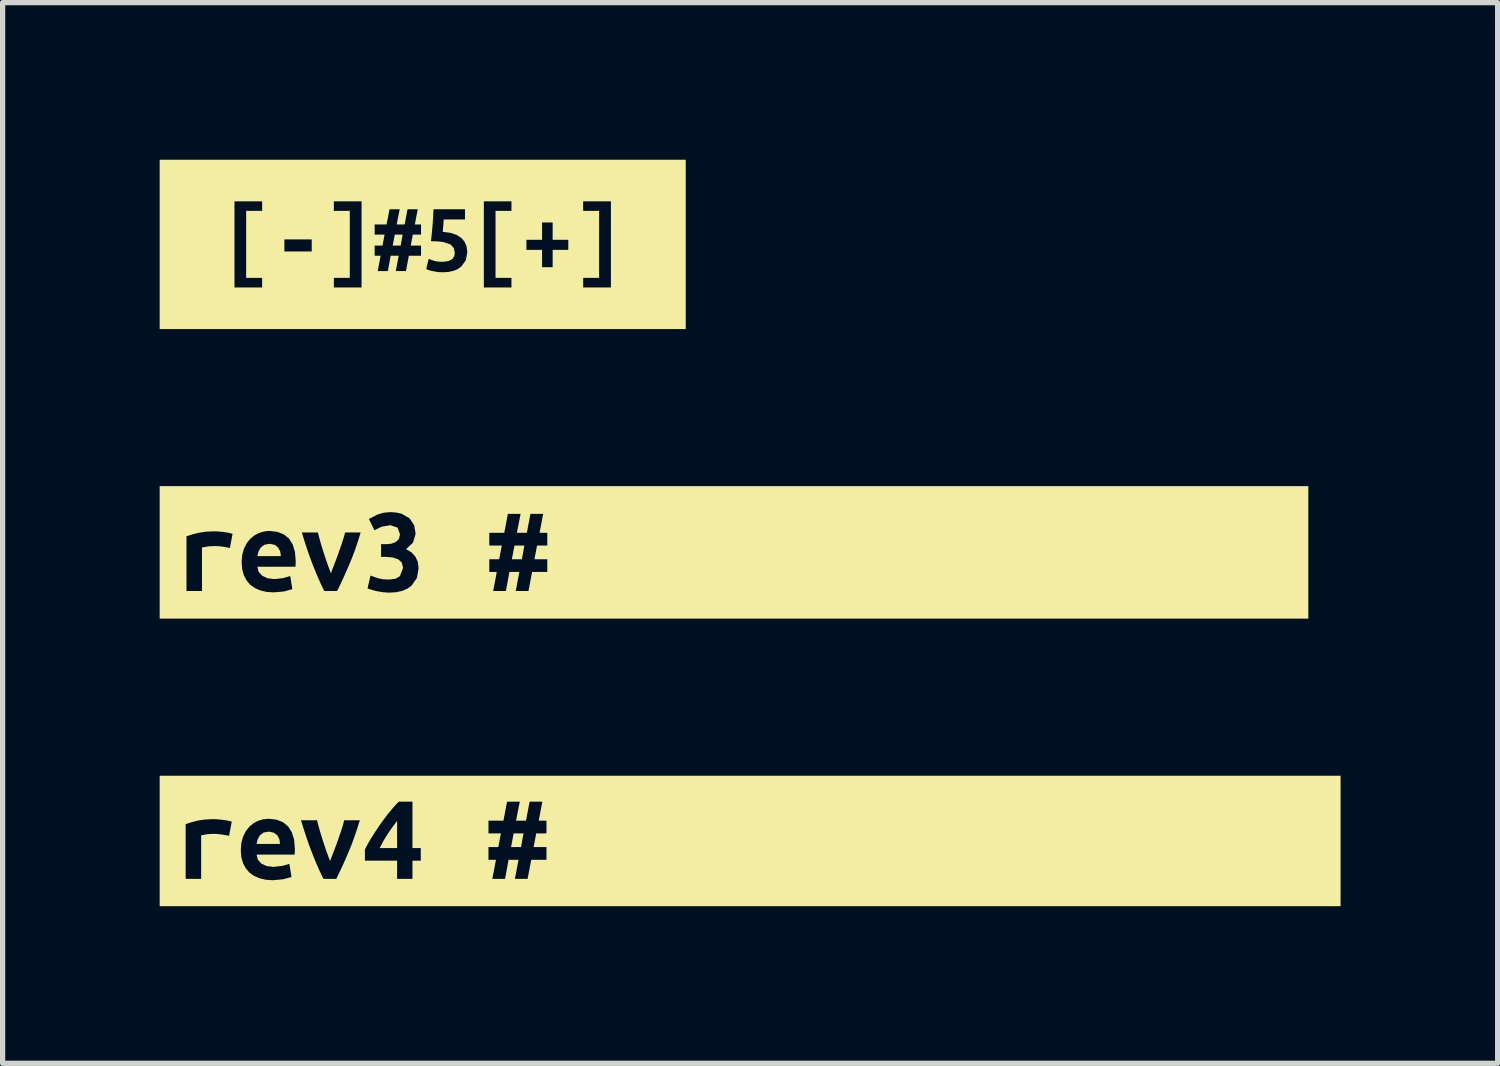
<source format=kicad_pcb>
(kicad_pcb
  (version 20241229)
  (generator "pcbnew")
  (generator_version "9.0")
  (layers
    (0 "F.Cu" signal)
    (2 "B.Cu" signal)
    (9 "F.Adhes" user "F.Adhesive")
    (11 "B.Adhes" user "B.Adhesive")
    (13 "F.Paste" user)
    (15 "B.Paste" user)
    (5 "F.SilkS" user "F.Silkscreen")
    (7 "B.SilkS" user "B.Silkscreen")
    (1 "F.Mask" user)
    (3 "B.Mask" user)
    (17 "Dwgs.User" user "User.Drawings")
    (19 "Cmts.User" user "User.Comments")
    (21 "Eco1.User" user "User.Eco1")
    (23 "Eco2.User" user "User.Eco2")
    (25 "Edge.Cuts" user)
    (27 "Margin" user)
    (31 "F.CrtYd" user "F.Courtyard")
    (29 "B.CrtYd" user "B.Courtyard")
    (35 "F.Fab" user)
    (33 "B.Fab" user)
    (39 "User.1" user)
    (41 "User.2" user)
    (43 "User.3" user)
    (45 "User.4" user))
  (footprint "label_out5"
    (layer "F.Cu")
    (at 5.024 1.618)
    (property "Reference" "label_out5" (at 0 -1.617 0) (layer "F.SilkS") (effects (font (size 0.001 0.001) (thickness 0.000003))))
    (attr exclude_from_pos_files exclude_from_bom)
    (fp_poly (pts (xy -0.573 0.023) (xy -0.421 0.023) (xy -0.383 -0.187) (xy -0.533 -0.187) (xy -0.573 0.023)) (stroke (width 0) (type solid)) (fill yes) (layer "F.SilkS"))
    (fp_poly (pts (xy -4.511 -1.617) (xy -3.595 -0.823) (xy -3.067 -0.823) (xy -3.067 -0.64) (xy -3.372 -0.64) (xy -2.642 -0.095) (xy -2.12 -0.095) (xy -2.12 0.135) (xy -2.642 0.135) (xy -2.642 -0.095) (xy -3.372 -0.64) (xy -3.372 0.64) (xy -3.067 0.64) (xy -3.067 0.823) (xy -3.595 0.823) (xy -3.595 -0.823) (xy -4.511 -1.617) (xy -5.024 -1.617) (xy -5.024 1.617) (xy -1.168 0.823) (xy -1.697 0.823) (xy -1.697 0.64) (xy -1.393 0.64) (xy -1.393 -0.64) (xy -1.697 -0.64) (xy -1.697 -0.823) (xy -1.168 -0.823) (xy -1.168 0.823) (xy -5.024 1.617) (xy -4.511 1.617) (xy 3.595 0.823) (xy 3.065 0.823) (xy 3.065 0.64) (xy 3.37 0.64) (xy 3.37 -0.64) (xy 3.065 -0.64) (xy 3.065 -0.823) (xy 3.595 -0.823) (xy 3.595 0.823) (xy -4.511 1.617) (xy 4.511 1.617) (xy 5.024 1.617) (xy 5.024 -1.617) (xy -0.44 -0.671) (xy -0.497 -0.381) (xy -0.345 -0.381) (xy -0.29 -0.671) (xy -0.095 -0.671) (xy 1.168 -0.823) (xy 1.695 -0.823) (xy 1.695 -0.64) (xy 1.391 -0.64) (xy 1.981 -0.088) (xy 2.28 -0.088) (xy 2.28 -0.419) (xy 2.482 -0.419) (xy 2.482 -0.088) (xy 2.781 -0.088) (xy 2.781 0.105) (xy 2.482 0.105) (xy 2.482 0.436) (xy 2.28 0.436) (xy 2.28 0.105) (xy 1.981 0.105) (xy 1.981 -0.088) (xy 1.391 -0.64) (xy 1.391 0.64) (xy 1.695 0.64) (xy 1.695 0.823) (xy 1.168 0.823) (xy 1.168 -0.823) (xy -0.095 -0.671) (xy -0.15 -0.381) (xy -0.032 -0.381) (xy -0.032 -0.187) (xy -0.189 -0.187) (xy 0.612 0.162) (xy 0.595 0.071) (xy 0.531 0.001) (xy 0.392 -0.045) (xy 0.289 -0.057) (xy 0.158 -0.061) (xy 0.175 -0.219) (xy 0.189 -0.374) (xy 0.199 -0.525) (xy 0.206 -0.671) (xy 0.808 -0.671) (xy 0.808 -0.476) (xy 0.402 -0.476) (xy 0.392 -0.349) (xy 0.383 -0.24) (xy 0.527 -0.221) (xy 0.645 -0.182) (xy 0.735 -0.126) (xy 0.8 -0.051) (xy 0.839 0.042) (xy 0.852 0.152) (xy 0.823 0.304) (xy 0.735 0.425) (xy 0.669 0.471) (xy 0.589 0.505) (xy 0.494 0.526) (xy 0.385 0.533) (xy 0.291 0.528) (xy 0.2 0.513) (xy 0.121 0.493) (xy 0.067 0.472) (xy 0.114 0.278) (xy 0.221 0.316) (xy 0.294 0.329) (xy 0.383 0.333) (xy 0.496 0.318) (xy 0.567 0.279) (xy 0.602 0.225) (xy 0.612 0.162) (xy -0.189 -0.187) (xy -0.229 0.023) (xy -0.032 0.023) (xy -0.032 0.217) (xy -0.265 0.217) (xy -0.32 0.509) (xy -0.514 0.509) (xy -0.459 0.217) (xy -0.612 0.217) (xy -0.665 0.509) (xy -0.859 0.509) (xy -0.804 0.217) (xy -0.918 0.217) (xy -0.918 0.023) (xy -0.768 0.023) (xy -0.728 -0.187) (xy -0.918 -0.187) (xy -0.918 -0.381) (xy -0.69 -0.381) (xy -0.634 -0.671) (xy -0.44 -0.671) (xy 5.024 -1.617) (xy 4.511 -1.617) (xy -4.511 -1.617)) (stroke (width 0) (type solid)) (fill yes) (layer "F.SilkS")))
  (footprint "label_rev3"
    (layer "F.Cu")
    (at 10.97 7.501)
    (property "Reference" "label_rev3" (at 0 -1.266 0) (layer "F.SilkS") (effects (font (size 0.001 0.001) (thickness 0.000003))))
    (attr exclude_from_pos_files exclude_from_bom)
    (fp_poly (pts (xy -4.243 0.131) (xy -4.052 0.131) (xy -4.004 -0.131) (xy -4.193 -0.131) (xy -4.243 0.131)) (stroke (width 0) (type solid)) (fill yes) (layer "F.SilkS"))
    (fp_poly (pts (xy -8.655 0.071) (xy -8.667 -0.015) (xy -8.705 -0.09) (xy -8.772 -0.144) (xy -8.872 -0.164) (xy -8.971 -0.145) (xy -9.04 -0.093) (xy -9.082 -0.017) (xy -9.103 0.071) (xy -8.655 0.071)) (stroke (width 0) (type solid)) (fill yes) (layer "F.SilkS"))
    (fp_poly (pts (xy -10.458 -1.265) (xy -9.864 -0.4) (xy -9.769 -0.392) (xy -9.668 -0.377) (xy -9.577 -0.355) (xy -9.629 -0.083) (xy -9.697 -0.098) (xy -9.405 0.188) (xy -9.394 0.049) (xy -9.36 -0.071) (xy -9.308 -0.174) (xy -9.241 -0.258) (xy -9.162 -0.324) (xy -9.072 -0.371) (xy -8.975 -0.4) (xy -8.877 -0.41) (xy -8.725 -0.393) (xy -8.599 -0.344) (xy -8.5 -0.263) (xy -8.429 -0.151) (xy -8.386 -0.008) (xy -8.372 0.164) (xy -8.373 0.224) (xy -8.376 0.274) (xy -9.103 0.274) (xy -9.08 0.372) (xy -9.012 0.446) (xy -8.909 0.494) (xy -8.779 0.51) (xy -8.611 0.491) (xy -8.476 0.452) (xy -8.436 0.702) (xy -8.598 0.747) (xy -8.791 0.764) (xy -8.926 0.755) (xy -9.047 0.727) (xy -9.152 0.682) (xy -9.24 0.618) (xy -9.31 0.537) (xy -9.362 0.438) (xy -9.394 0.322) (xy -9.405 0.188) (xy -9.697 -0.098) (xy -9.777 -0.111) (xy -9.855 -0.119) (xy -9.919 -0.121) (xy -10.041 -0.115) (xy -10.162 -0.093) (xy -10.162 0.738) (xy -10.458 0.738) (xy -10.458 -0.307) (xy -10.339 -0.346) (xy -10.218 -0.376) (xy -10.085 -0.396) (xy -9.931 -0.402) (xy -9.864 -0.4) (xy -10.458 -1.265) (xy -10.97 -1.265) (xy -10.97 1.265) (xy -7.826 0.738) (xy -7.898 0.589) (xy -7.971 0.423) (xy -8.044 0.242) (xy -8.099 0.096) (xy -8.152 -0.056) (xy -8.204 -0.215) (xy -8.255 -0.381) (xy -7.948 -0.381) (xy -7.924 -0.288) (xy -7.897 -0.188) (xy -7.866 -0.085) (xy -7.834 0.018) (xy -7.8 0.12) (xy -7.766 0.219) (xy -7.7 0.398) (xy -7.631 0.219) (xy -7.593 0.12) (xy -7.556 0.018) (xy -7.52 -0.085) (xy -7.485 -0.188) (xy -7.453 -0.288) (xy -7.429 -0.381) (xy -7.131 -0.381) (xy -7.182 -0.215) (xy -7.236 -0.056) (xy -7.293 0.096) (xy -7.353 0.242) (xy -7.432 0.423) (xy -7.508 0.589) (xy -7.581 0.738) (xy -7.826 0.738) (xy -10.97 1.265) (xy -10.458 1.265) (xy -6.591 0.769) (xy -6.706 0.761) (xy -6.823 0.741) (xy -6.926 0.714) (xy -7 0.688) (xy -6.943 0.443) (xy -6.801 0.493) (xy -6.706 0.513) (xy -6.593 0.519) (xy -6.465 0.503) (xy -6.382 0.455) (xy -6.321 0.295) (xy -6.345 0.196) (xy -6.414 0.132) (xy -6.52 0.097) (xy -6.65 0.086) (xy -6.741 0.086) (xy -6.741 -0.157) (xy -6.631 -0.157) (xy -6.54 -0.167) (xy -6.46 -0.198) (xy -6.401 -0.255) (xy -6.379 -0.345) (xy -6.427 -0.473) (xy -6.562 -0.519) (xy -6.727 -0.492) (xy -6.869 -0.424) (xy -6.974 -0.638) (xy -6.804 -0.725) (xy -6.691 -0.758) (xy -6.564 -0.769) (xy -6.449 -0.761) (xy -6.349 -0.738) (xy -6.198 -0.651) (xy -6.109 -0.519) (xy -6.081 -0.355) (xy -6.131 -0.186) (xy -6.264 -0.062) (xy -6.163 -0.003) (xy -6.087 0.079) (xy -6.04 0.18) (xy -6.024 0.3) (xy -6.057 0.488) (xy -6.16 0.637) (xy -6.238 0.693) (xy -6.336 0.735) (xy -6.453 0.761) (xy -6.591 0.769) (xy -10.458 1.265) (xy 10.458 1.265) (xy -3.566 -0.374) (xy -3.566 -0.131) (xy -3.762 -0.131) (xy -3.812 0.131) (xy -3.566 0.131) (xy -3.566 0.374) (xy -3.857 0.374) (xy -3.926 0.738) (xy -4.169 0.738) (xy -4.1 0.374) (xy -4.29 0.374) (xy -4.357 0.738) (xy -4.6 0.738) (xy -4.531 0.374) (xy -4.674 0.374) (xy -4.674 0.131) (xy -4.485 0.131) (xy -4.435 -0.131) (xy -4.674 -0.131) (xy -4.674 -0.374) (xy -4.388 -0.374) (xy -4.319 -0.736) (xy -4.076 -0.736) (xy -4.147 -0.374) (xy -3.957 -0.374) (xy -3.888 -0.736) (xy -3.645 -0.736) (xy -3.714 -0.374) (xy -3.566 -0.374) (xy 10.458 1.265) (xy 10.97 1.265) (xy 10.97 -1.265) (xy 10.458 -1.265) (xy -10.458 -1.265)) (stroke (width 0) (type solid)) (fill yes) (layer "F.SilkS")))
  (footprint "label_rev4"
    (layer "F.Cu")
    (at 11.278 13.013)
    (property "Reference" "label_rev4" (at 0 -1.247 0) (layer "F.SilkS") (effects (font (size 0.001 0.001) (thickness 0.000003))))
    (attr exclude_from_pos_files exclude_from_bom)
    (fp_poly (pts (xy -4.567 0.117) (xy -4.376 0.117) (xy -4.329 -0.145) (xy -4.517 -0.145) (xy -4.567 0.117)) (stroke (width 0) (type solid)) (fill yes) (layer "F.SilkS"))
    (fp_poly (pts (xy -6.743 -0.383) (xy -6.831 -0.267) (xy -6.921 -0.137) (xy -7.005 0) (xy -7.077 0.136) (xy -6.743 0.136) (xy -6.743 -0.383)) (stroke (width 0) (type solid)) (fill yes) (layer "F.SilkS"))
    (fp_poly (pts (xy -8.979 0.057) (xy -8.991 -0.03) (xy -9.029 -0.105) (xy -9.096 -0.158) (xy -9.196 -0.179) (xy -9.295 -0.16) (xy -9.364 -0.107) (xy -9.407 -0.031) (xy -9.427 0.057) (xy -8.979 0.057)) (stroke (width 0) (type solid)) (fill yes) (layer "F.SilkS"))
    (fp_poly (pts (xy -10.782 -1.246) (xy -10.188 -0.414) (xy -10.094 -0.406) (xy -9.992 -0.392) (xy -9.901 -0.369) (xy -9.953 -0.098) (xy -10.021 -0.112) (xy -9.729 0.174) (xy -9.718 0.035) (xy -9.684 -0.086) (xy -9.632 -0.188) (xy -9.565 -0.273) (xy -9.486 -0.338) (xy -9.396 -0.386) (xy -9.299 -0.414) (xy -9.201 -0.424) (xy -9.049 -0.408) (xy -8.923 -0.359) (xy -8.824 -0.277) (xy -8.753 -0.165) (xy -8.71 -0.022) (xy -8.696 0.15) (xy -8.697 0.21) (xy -8.701 0.26) (xy -9.427 0.26) (xy -9.404 0.357) (xy -9.336 0.432) (xy -9.233 0.48) (xy -9.103 0.495) (xy -8.935 0.476) (xy -8.801 0.438) (xy -8.76 0.688) (xy -8.922 0.732) (xy -9.115 0.75) (xy -9.25 0.741) (xy -9.371 0.713) (xy -9.476 0.667) (xy -9.564 0.604) (xy -9.634 0.522) (xy -9.686 0.424) (xy -9.719 0.308) (xy -9.729 0.174) (xy -10.021 -0.112) (xy -10.101 -0.125) (xy -10.179 -0.133) (xy -10.244 -0.136) (xy -10.365 -0.13) (xy -10.486 -0.107) (xy -10.486 0.724) (xy -10.782 0.724) (xy -10.782 -0.321) (xy -10.664 -0.36) (xy -10.542 -0.391) (xy -10.409 -0.41) (xy -10.256 -0.417) (xy -10.188 -0.414) (xy -10.782 -1.246) (xy -11.278 -1.246) (xy -11.278 1.246) (xy -8.15 0.724) (xy -8.222 0.575) (xy -8.295 0.409) (xy -8.368 0.227) (xy -8.423 0.082) (xy -8.476 -0.071) (xy -8.528 -0.23) (xy -8.579 -0.395) (xy -8.272 -0.395) (xy -8.248 -0.302) (xy -8.221 -0.202) (xy -8.19 -0.1) (xy -8.158 0.004) (xy -8.124 0.106) (xy -8.09 0.205) (xy -8.024 0.383) (xy -7.955 0.205) (xy -7.917 0.106) (xy -7.88 0.004) (xy -7.844 -0.1) (xy -7.809 -0.202) (xy -7.778 -0.302) (xy -7.753 -0.395) (xy -7.455 -0.395) (xy -7.507 -0.23) (xy -7.561 -0.071) (xy -7.617 0.082) (xy -7.677 0.227) (xy -7.756 0.409) (xy -7.832 0.575) (xy -7.905 0.724) (xy -8.15 0.724) (xy -11.278 1.246) (xy -10.782 1.246) (xy 10.782 1.246) (xy -3.89 -0.388) (xy -3.89 -0.145) (xy -4.086 -0.145) (xy -4.136 0.117) (xy -3.89 0.117) (xy -3.89 0.36) (xy -4.181 0.36) (xy -4.25 0.724) (xy -4.493 0.724) (xy -4.424 0.36) (xy -4.614 0.36) (xy -4.681 0.724) (xy -4.924 0.724) (xy -4.855 0.36) (xy -4.998 0.36) (xy -4.998 0.117) (xy -4.81 0.117) (xy -4.76 -0.145) (xy -4.998 -0.145) (xy -4.998 -0.388) (xy -4.712 -0.388) (xy -4.643 -0.75) (xy -4.4 -0.75) (xy -4.471 -0.388) (xy -4.281 -0.388) (xy -4.212 -0.75) (xy -3.969 -0.75) (xy -4.038 -0.388) (xy -3.89 -0.388) (xy 10.782 1.246) (xy 11.278 1.246) (xy 11.278 -1.246) (xy -6.45 -0.75) (xy -6.45 0.136) (xy -6.291 0.136) (xy -6.291 0.376) (xy -6.45 0.376) (xy -6.45 0.724) (xy -6.743 0.724) (xy -6.743 0.376) (xy -7.358 0.376) (xy -7.358 0.162) (xy -7.306 0.063) (xy -7.241 -0.049) (xy -7.166 -0.168) (xy -7.084 -0.291) (xy -6.996 -0.413) (xy -6.903 -0.535) (xy -6.807 -0.649) (xy -6.712 -0.75) (xy -6.45 -0.75) (xy 11.278 -1.246) (xy 10.782 -1.246) (xy -10.782 -1.246)) (stroke (width 0) (type solid)) (fill yes) (layer "F.SilkS")))
  (gr_rect
    (start -3 -3)
    (end 25.556 17.26)
    (stroke (width 0.1) (type default))
    (fill no)
    (layer "Edge.Cuts")))
</source>
